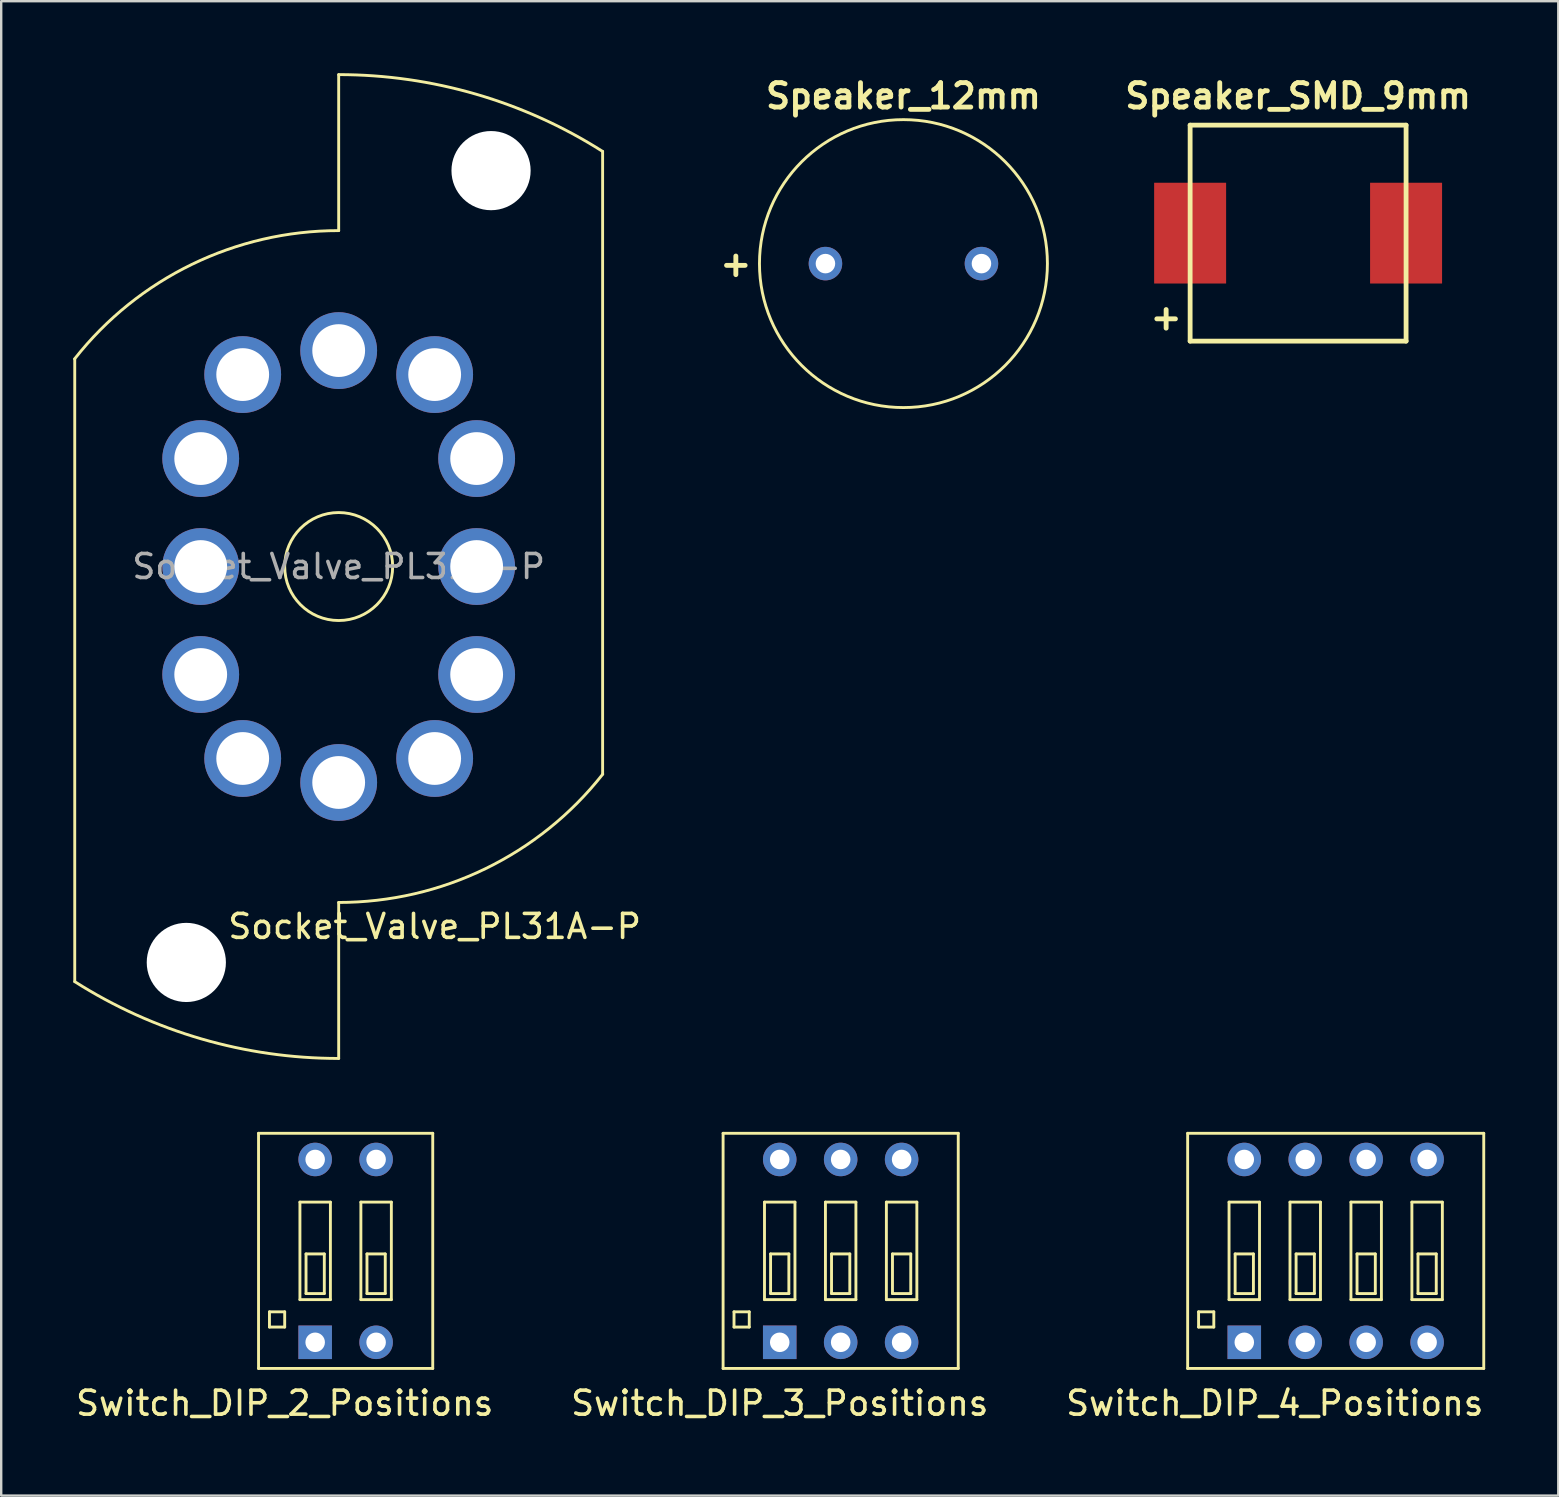
<source format=kicad_pcb>
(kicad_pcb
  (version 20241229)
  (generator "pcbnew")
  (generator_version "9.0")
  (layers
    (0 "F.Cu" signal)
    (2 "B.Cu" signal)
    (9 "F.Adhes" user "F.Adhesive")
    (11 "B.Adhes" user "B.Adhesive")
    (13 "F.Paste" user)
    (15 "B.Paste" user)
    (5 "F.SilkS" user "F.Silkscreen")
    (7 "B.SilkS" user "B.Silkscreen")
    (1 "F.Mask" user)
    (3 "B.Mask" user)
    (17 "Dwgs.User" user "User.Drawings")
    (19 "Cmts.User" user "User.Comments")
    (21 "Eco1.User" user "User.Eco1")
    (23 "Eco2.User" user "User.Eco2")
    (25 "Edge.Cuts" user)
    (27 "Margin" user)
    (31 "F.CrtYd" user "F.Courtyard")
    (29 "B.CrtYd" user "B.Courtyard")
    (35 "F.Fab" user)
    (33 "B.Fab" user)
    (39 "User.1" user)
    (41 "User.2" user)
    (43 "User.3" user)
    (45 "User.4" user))
  (footprint "Speaker_12mm"
    (layer "F.Cu")
    (at 34.602 7.936)
    (property "Reference" "Speaker_12mm" (at 0 -6.985 0) (layer "F.SilkS") (effects (font (size 1.016 1.016) (thickness 0.203))))
    (attr through_hole)
    (fp_circle (center 0 0) (end 6 0) (stroke (width 0.12) (type solid)) (fill no) (layer "F.SilkS"))
    (fp_text user "+" (at -6.985 0 0) (layer "F.SilkS") (effects (font (size 1.016 1.016) (thickness 0.203))))
    (pad "1" thru_hole circle (at 3.251 0) (size 1.397 1.397) (drill 0.813) (layers "*.Cu" "*.Mask"))
    (pad "2" thru_hole circle (at -3.251 0) (size 1.397 1.397) (drill 0.813) (layers "*.Cu" "*.Mask")))
  (footprint "Switch_DIP_3_Positions"
    (layer "F.Cu")
    (at 31.986 49.082)
    (property "Reference" "Switch_DIP_3_Positions" (at -2.54 6.35 0) (layer "F.SilkS") (effects (font (size 1 1) (thickness 0.15))))
    (attr through_hole)
    (fp_line (start -4.9 -4.9) (end 4.9 -4.9) (stroke (width 0.12) (type solid)) (layer "F.SilkS"))
    (fp_line (start -4.9 4.9) (end -4.9 -4.9) (stroke (width 0.12) (type solid)) (layer "F.SilkS"))
    (fp_line (start -4.445 2.54) (end -3.81 2.54) (stroke (width 0.12) (type solid)) (layer "F.SilkS"))
    (fp_line (start -4.445 3.175) (end -4.445 2.54) (stroke (width 0.12) (type solid)) (layer "F.SilkS"))
    (fp_line (start -3.81 2.54) (end -3.81 3.175) (stroke (width 0.12) (type solid)) (layer "F.SilkS"))
    (fp_line (start -3.81 3.175) (end -4.445 3.175) (stroke (width 0.12) (type solid)) (layer "F.SilkS"))
    (fp_line (start -3.175 -2.032) (end -1.905 -2.032) (stroke (width 0.12) (type solid)) (layer "F.SilkS"))
    (fp_line (start -3.175 2.032) (end -3.175 -2.032) (stroke (width 0.12) (type solid)) (layer "F.SilkS"))
    (fp_line (start -2.921 0.127) (end -2.921 1.778) (stroke (width 0.12) (type solid)) (layer "F.SilkS"))
    (fp_line (start -2.921 1.778) (end -2.159 1.778) (stroke (width 0.12) (type solid)) (layer "F.SilkS"))
    (fp_line (start -2.159 0.127) (end -2.921 0.127) (stroke (width 0.12) (type solid)) (layer "F.SilkS"))
    (fp_line (start -2.159 1.778) (end -2.159 0.127) (stroke (width 0.12) (type solid)) (layer "F.SilkS"))
    (fp_line (start -1.905 -2.032) (end -1.905 2.032) (stroke (width 0.12) (type solid)) (layer "F.SilkS"))
    (fp_line (start -1.905 2.032) (end -3.175 2.032) (stroke (width 0.12) (type solid)) (layer "F.SilkS"))
    (fp_line (start -0.635 -2.032) (end 0.635 -2.032) (stroke (width 0.12) (type solid)) (layer "F.SilkS"))
    (fp_line (start -0.635 2.032) (end -0.635 -2.032) (stroke (width 0.12) (type solid)) (layer "F.SilkS"))
    (fp_line (start -0.381 0.127) (end -0.381 1.778) (stroke (width 0.12) (type solid)) (layer "F.SilkS"))
    (fp_line (start -0.381 1.778) (end 0.381 1.778) (stroke (width 0.12) (type solid)) (layer "F.SilkS"))
    (fp_line (start 0.381 0.127) (end -0.381 0.127) (stroke (width 0.12) (type solid)) (layer "F.SilkS"))
    (fp_line (start 0.381 1.778) (end 0.381 0.127) (stroke (width 0.12) (type solid)) (layer "F.SilkS"))
    (fp_line (start 0.635 -2.032) (end 0.635 2.032) (stroke (width 0.12) (type solid)) (layer "F.SilkS"))
    (fp_line (start 0.635 2.032) (end -0.635 2.032) (stroke (width 0.12) (type solid)) (layer "F.SilkS"))
    (fp_line (start 1.905 -2.032) (end 3.175 -2.032) (stroke (width 0.12) (type solid)) (layer "F.SilkS"))
    (fp_line (start 1.905 2.032) (end 1.905 -2.032) (stroke (width 0.12) (type solid)) (layer "F.SilkS"))
    (fp_line (start 2.159 0.127) (end 2.159 1.778) (stroke (width 0.12) (type solid)) (layer "F.SilkS"))
    (fp_line (start 2.159 1.778) (end 2.921 1.778) (stroke (width 0.12) (type solid)) (layer "F.SilkS"))
    (fp_line (start 2.921 0.127) (end 2.159 0.127) (stroke (width 0.12) (type solid)) (layer "F.SilkS"))
    (fp_line (start 2.921 1.778) (end 2.921 0.127) (stroke (width 0.12) (type solid)) (layer "F.SilkS"))
    (fp_line (start 3.175 -2.032) (end 3.175 2.032) (stroke (width 0.12) (type solid)) (layer "F.SilkS"))
    (fp_line (start 3.175 2.032) (end 1.905 2.032) (stroke (width 0.12) (type solid)) (layer "F.SilkS"))
    (fp_line (start 4.9 -4.9) (end 4.9 4.9) (stroke (width 0.12) (type solid)) (layer "F.SilkS"))
    (fp_line (start 4.9 4.9) (end -4.9 4.9) (stroke (width 0.12) (type solid)) (layer "F.SilkS"))
    (pad "1" thru_hole rect (at -2.54 3.81) (size 1.397 1.397) (drill 0.813) (layers "*.Cu" "*.Mask"))
    (pad "2" thru_hole circle (at 0 3.81) (size 1.397 1.397) (drill 0.813) (layers "*.Cu" "*.Mask"))
    (pad "3" thru_hole circle (at 2.54 3.81) (size 1.397 1.397) (drill 0.813) (layers "*.Cu" "*.Mask"))
    (pad "4" thru_hole circle (at 2.54 -3.81) (size 1.397 1.397) (drill 0.813) (layers "*.Cu" "*.Mask"))
    (pad "5" thru_hole circle (at 0 -3.81) (size 1.397 1.397) (drill 0.813) (layers "*.Cu" "*.Mask"))
    (pad "6" thru_hole circle (at -2.54 -3.81) (size 1.397 1.397) (drill 0.813) (layers "*.Cu" "*.Mask")))
  (footprint "Switch_DIP_2_Positions"
    (layer "F.Cu")
    (at 11.355 49.082)
    (property "Reference" "Switch_DIP_2_Positions" (at -2.54 6.35 0) (layer "F.SilkS") (effects (font (size 1 1) (thickness 0.15))))
    (attr through_hole)
    (fp_line (start -3.63 -4.9) (end 3.63 -4.9) (stroke (width 0.12) (type solid)) (layer "F.SilkS"))
    (fp_line (start -3.63 4.9) (end -3.63 -4.9) (stroke (width 0.12) (type solid)) (layer "F.SilkS"))
    (fp_line (start -3.175 2.54) (end -2.54 2.54) (stroke (width 0.12) (type solid)) (layer "F.SilkS"))
    (fp_line (start -3.175 3.175) (end -3.175 2.54) (stroke (width 0.12) (type solid)) (layer "F.SilkS"))
    (fp_line (start -2.54 2.54) (end -2.54 3.175) (stroke (width 0.12) (type solid)) (layer "F.SilkS"))
    (fp_line (start -2.54 3.175) (end -3.175 3.175) (stroke (width 0.12) (type solid)) (layer "F.SilkS"))
    (fp_line (start -1.905 -2.032) (end -0.635 -2.032) (stroke (width 0.12) (type solid)) (layer "F.SilkS"))
    (fp_line (start -1.905 2.032) (end -1.905 -2.032) (stroke (width 0.12) (type solid)) (layer "F.SilkS"))
    (fp_line (start -1.651 0.127) (end -1.651 1.778) (stroke (width 0.12) (type solid)) (layer "F.SilkS"))
    (fp_line (start -1.651 1.778) (end -0.889 1.778) (stroke (width 0.12) (type solid)) (layer "F.SilkS"))
    (fp_line (start -0.889 0.127) (end -1.651 0.127) (stroke (width 0.12) (type solid)) (layer "F.SilkS"))
    (fp_line (start -0.889 1.778) (end -0.889 0.127) (stroke (width 0.12) (type solid)) (layer "F.SilkS"))
    (fp_line (start -0.635 -2.032) (end -0.635 2.032) (stroke (width 0.12) (type solid)) (layer "F.SilkS"))
    (fp_line (start -0.635 2.032) (end -1.905 2.032) (stroke (width 0.12) (type solid)) (layer "F.SilkS"))
    (fp_line (start 0.635 -2.032) (end 1.905 -2.032) (stroke (width 0.12) (type solid)) (layer "F.SilkS"))
    (fp_line (start 0.635 2.032) (end 0.635 -2.032) (stroke (width 0.12) (type solid)) (layer "F.SilkS"))
    (fp_line (start 0.889 0.127) (end 0.889 1.778) (stroke (width 0.12) (type solid)) (layer "F.SilkS"))
    (fp_line (start 0.889 1.778) (end 1.651 1.778) (stroke (width 0.12) (type solid)) (layer "F.SilkS"))
    (fp_line (start 1.651 0.127) (end 0.889 0.127) (stroke (width 0.12) (type solid)) (layer "F.SilkS"))
    (fp_line (start 1.651 1.778) (end 1.651 0.127) (stroke (width 0.12) (type solid)) (layer "F.SilkS"))
    (fp_line (start 1.905 -2.032) (end 1.905 2.032) (stroke (width 0.12) (type solid)) (layer "F.SilkS"))
    (fp_line (start 1.905 2.032) (end 0.635 2.032) (stroke (width 0.12) (type solid)) (layer "F.SilkS"))
    (fp_line (start 3.63 -4.9) (end 3.63 4.9) (stroke (width 0.12) (type solid)) (layer "F.SilkS"))
    (fp_line (start 3.63 4.9) (end -3.63 4.9) (stroke (width 0.12) (type solid)) (layer "F.SilkS"))
    (pad "1" thru_hole rect (at -1.27 3.81) (size 1.397 1.397) (drill 0.813) (layers "*.Cu" "*.Mask"))
    (pad "2" thru_hole circle (at 1.27 3.81) (size 1.397 1.397) (drill 0.813) (layers "*.Cu" "*.Mask"))
    (pad "3" thru_hole circle (at 1.27 -3.81) (size 1.397 1.397) (drill 0.813) (layers "*.Cu" "*.Mask"))
    (pad "4" thru_hole circle (at -1.27 -3.81) (size 1.397 1.397) (drill 0.813) (layers "*.Cu" "*.Mask")))
  (footprint "Speaker_SMD_9mm"
    (layer "F.Cu")
    (at 51.05 6.666)
    (property "Reference" "Speaker_SMD_9mm" (at 0 -5.715 0) (layer "F.SilkS") (effects (font (size 1.016 1.016) (thickness 0.203))))
    (attr through_hole)
    (fp_line (start -4.5 -4.5) (end 4.5 -4.5) (stroke (width 0.2) (type solid)) (layer "F.SilkS"))
    (fp_line (start -4.5 4.5) (end -4.5 -4.5) (stroke (width 0.2) (type solid)) (layer "F.SilkS"))
    (fp_line (start 4.5 -4.5) (end 4.5 4.5) (stroke (width 0.2) (type solid)) (layer "F.SilkS"))
    (fp_line (start 4.5 4.5) (end -4.5 4.5) (stroke (width 0.2) (type solid)) (layer "F.SilkS"))
    (fp_text user "+" (at -5.5 3.5 0) (layer "F.SilkS") (effects (font (size 1.016 1.016) (thickness 0.203))))
    (pad "1" smd rect (at 4.5 0) (size 3 4.2) (layers "F.Cu" "F.Mask" "F.Paste"))
    (pad "2" smd rect (at -4.5 0) (size 3 4.2) (layers "F.Cu" "F.Mask" "F.Paste")))
  (footprint "Switch_DIP_4_Positions"
    (layer "F.Cu")
    (at 52.617 49.082)
    (property "Reference" "Switch_DIP_4_Positions" (at -2.54 6.35 0) (layer "F.SilkS") (effects (font (size 1 1) (thickness 0.15))))
    (attr through_hole)
    (fp_line (start -6.17 -4.9) (end 6.17 -4.9) (stroke (width 0.12) (type solid)) (layer "F.SilkS"))
    (fp_line (start -6.17 4.9) (end -6.17 -4.9) (stroke (width 0.12) (type solid)) (layer "F.SilkS"))
    (fp_line (start -5.715 2.54) (end -5.08 2.54) (stroke (width 0.12) (type solid)) (layer "F.SilkS"))
    (fp_line (start -5.715 3.175) (end -5.715 2.54) (stroke (width 0.12) (type solid)) (layer "F.SilkS"))
    (fp_line (start -5.08 2.54) (end -5.08 3.175) (stroke (width 0.12) (type solid)) (layer "F.SilkS"))
    (fp_line (start -5.08 3.175) (end -5.715 3.175) (stroke (width 0.12) (type solid)) (layer "F.SilkS"))
    (fp_line (start -4.445 -2.032) (end -3.175 -2.032) (stroke (width 0.12) (type solid)) (layer "F.SilkS"))
    (fp_line (start -4.445 2.032) (end -4.445 -2.032) (stroke (width 0.12) (type solid)) (layer "F.SilkS"))
    (fp_line (start -4.191 0.127) (end -4.191 1.778) (stroke (width 0.12) (type solid)) (layer "F.SilkS"))
    (fp_line (start -4.191 1.778) (end -3.429 1.778) (stroke (width 0.12) (type solid)) (layer "F.SilkS"))
    (fp_line (start -3.429 0.127) (end -4.191 0.127) (stroke (width 0.12) (type solid)) (layer "F.SilkS"))
    (fp_line (start -3.429 1.778) (end -3.429 0.127) (stroke (width 0.12) (type solid)) (layer "F.SilkS"))
    (fp_line (start -3.175 -2.032) (end -3.175 2.032) (stroke (width 0.12) (type solid)) (layer "F.SilkS"))
    (fp_line (start -3.175 2.032) (end -4.445 2.032) (stroke (width 0.12) (type solid)) (layer "F.SilkS"))
    (fp_line (start -1.905 -2.032) (end -0.635 -2.032) (stroke (width 0.12) (type solid)) (layer "F.SilkS"))
    (fp_line (start -1.905 2.032) (end -1.905 -2.032) (stroke (width 0.12) (type solid)) (layer "F.SilkS"))
    (fp_line (start -1.651 0.127) (end -1.651 1.778) (stroke (width 0.12) (type solid)) (layer "F.SilkS"))
    (fp_line (start -1.651 1.778) (end -0.889 1.778) (stroke (width 0.12) (type solid)) (layer "F.SilkS"))
    (fp_line (start -0.889 0.127) (end -1.651 0.127) (stroke (width 0.12) (type solid)) (layer "F.SilkS"))
    (fp_line (start -0.889 1.778) (end -0.889 0.127) (stroke (width 0.12) (type solid)) (layer "F.SilkS"))
    (fp_line (start -0.635 -2.032) (end -0.635 2.032) (stroke (width 0.12) (type solid)) (layer "F.SilkS"))
    (fp_line (start -0.635 2.032) (end -1.905 2.032) (stroke (width 0.12) (type solid)) (layer "F.SilkS"))
    (fp_line (start 0.635 -2.032) (end 1.905 -2.032) (stroke (width 0.12) (type solid)) (layer "F.SilkS"))
    (fp_line (start 0.635 2.032) (end 0.635 -2.032) (stroke (width 0.12) (type solid)) (layer "F.SilkS"))
    (fp_line (start 0.889 0.127) (end 0.889 1.778) (stroke (width 0.12) (type solid)) (layer "F.SilkS"))
    (fp_line (start 0.889 1.778) (end 1.651 1.778) (stroke (width 0.12) (type solid)) (layer "F.SilkS"))
    (fp_line (start 1.651 0.127) (end 0.889 0.127) (stroke (width 0.12) (type solid)) (layer "F.SilkS"))
    (fp_line (start 1.651 1.778) (end 1.651 0.127) (stroke (width 0.12) (type solid)) (layer "F.SilkS"))
    (fp_line (start 1.905 -2.032) (end 1.905 2.032) (stroke (width 0.12) (type solid)) (layer "F.SilkS"))
    (fp_line (start 1.905 2.032) (end 0.635 2.032) (stroke (width 0.12) (type solid)) (layer "F.SilkS"))
    (fp_line (start 3.175 -2.032) (end 4.445 -2.032) (stroke (width 0.12) (type solid)) (layer "F.SilkS"))
    (fp_line (start 3.175 2.032) (end 3.175 -2.032) (stroke (width 0.12) (type solid)) (layer "F.SilkS"))
    (fp_line (start 3.429 0.127) (end 3.429 1.778) (stroke (width 0.12) (type solid)) (layer "F.SilkS"))
    (fp_line (start 3.429 1.778) (end 4.191 1.778) (stroke (width 0.12) (type solid)) (layer "F.SilkS"))
    (fp_line (start 4.191 0.127) (end 3.429 0.127) (stroke (width 0.12) (type solid)) (layer "F.SilkS"))
    (fp_line (start 4.191 1.778) (end 4.191 0.127) (stroke (width 0.12) (type solid)) (layer "F.SilkS"))
    (fp_line (start 4.445 -2.032) (end 4.445 2.032) (stroke (width 0.12) (type solid)) (layer "F.SilkS"))
    (fp_line (start 4.445 2.032) (end 3.175 2.032) (stroke (width 0.12) (type solid)) (layer "F.SilkS"))
    (fp_line (start 6.17 -4.9) (end 6.17 4.9) (stroke (width 0.12) (type solid)) (layer "F.SilkS"))
    (fp_line (start 6.17 4.9) (end -6.17 4.9) (stroke (width 0.12) (type solid)) (layer "F.SilkS"))
    (pad "1" thru_hole rect (at -3.81 3.81) (size 1.397 1.397) (drill 0.813) (layers "*.Cu" "*.Mask"))
    (pad "2" thru_hole circle (at -1.27 3.81) (size 1.397 1.397) (drill 0.813) (layers "*.Cu" "*.Mask"))
    (pad "3" thru_hole circle (at 1.27 3.81) (size 1.397 1.397) (drill 0.813) (layers "*.Cu" "*.Mask"))
    (pad "4" thru_hole circle (at 3.81 3.81) (size 1.397 1.397) (drill 0.813) (layers "*.Cu" "*.Mask"))
    (pad "5" thru_hole circle (at 3.81 -3.81) (size 1.397 1.397) (drill 0.813) (layers "*.Cu" "*.Mask"))
    (pad "6" thru_hole circle (at 1.27 -3.81) (size 1.397 1.397) (drill 0.813) (layers "*.Cu" "*.Mask"))
    (pad "7" thru_hole circle (at -1.27 -3.81) (size 1.397 1.397) (drill 0.813) (layers "*.Cu" "*.Mask"))
    (pad "8" thru_hole circle (at -3.81 -3.81) (size 1.397 1.397) (drill 0.813) (layers "*.Cu" "*.Mask")))
  (footprint "Socket_Valve_PL31A-P"
    (layer "F.Cu")
    (at 11.065 20.561)
    (property "Reference" "Socket_Valve_PL31A-P" (at 4 15 180) (layer "F.SilkS") (effects (font (size 1 1) (thickness 0.15))))
    (attr through_hole)
    (fp_line (start -11 -8.65) (end -11 17.3) (stroke (width 0.12) (type solid)) (layer "F.SilkS"))
    (fp_line (start 0 -20.5) (end 0 -14) (stroke (width 0.12) (type solid)) (layer "F.SilkS"))
    (fp_line (start 0 14) (end 0 20.5) (stroke (width 0.12) (type solid)) (layer "F.SilkS"))
    (fp_line (start 11 8.65) (end 11 -17.3) (stroke (width 0.12) (type solid)) (layer "F.SilkS"))
    (fp_arc (start -11.004984 -8.653919) (mid -6.117398 -12.592753) (end 0 -14) (stroke (width 0.12) (type solid)) (layer "F.SilkS"))
    (fp_arc (start 0 -20.500974) (mid 5.728137 -19.684471) (end 10.999999 -17.299999) (stroke (width 0.12) (type solid)) (layer "F.SilkS"))
    (fp_arc (start 0 20.500974) (mid -5.728137 19.684471) (end -10.999999 17.299999) (stroke (width 0.12) (type solid)) (layer "F.SilkS"))
    (fp_arc (start 11.004984 8.653919) (mid 6.117398 12.592753) (end 0 14) (stroke (width 0.12) (type solid)) (layer "F.SilkS"))
    (fp_circle (center 0 0) (end 0 -2.25) (stroke (width 0.12) (type solid)) (fill no) (layer "F.SilkS"))
    (fp_text user "${REFERENCE}" (at 0 0 180) (layer "F.Fab") (effects (font (size 1 1) (thickness 0.15))))
    (pad "" np_thru_hole circle (at -6.35 16.5 180) (size 3.3 3.3) (drill 3.3) (layers "*.Cu" "*.Mask"))
    (pad "" np_thru_hole circle (at 6.35 -16.5 180) (size 3.3 3.3) (drill 3.3) (layers "*.Cu" "*.Mask"))
    (pad "1" thru_hole circle (at 4 8 180) (size 3.2 3.2) (drill 2.2) (layers "*.Cu" "*.Mask"))
    (pad "2" thru_hole circle (at 5.75 4.5 180) (size 3.2 3.2) (drill 2.2) (layers "*.Cu" "*.Mask"))
    (pad "3" thru_hole circle (at 5.75 0 180) (size 3.2 3.2) (drill 2.2) (layers "*.Cu" "*.Mask"))
    (pad "4" thru_hole circle (at 5.75 -4.5 180) (size 3.2 3.2) (drill 2.2) (layers "*.Cu" "*.Mask"))
    (pad "5" thru_hole circle (at 4 -8 180) (size 3.2 3.2) (drill 2.2) (layers "*.Cu" "*.Mask"))
    (pad "6" thru_hole circle (at 0 -9 180) (size 3.2 3.2) (drill 2.2) (layers "*.Cu" "*.Mask"))
    (pad "7" thru_hole circle (at -4 -8 180) (size 3.2 3.2) (drill 2.2) (layers "*.Cu" "*.Mask"))
    (pad "8" thru_hole circle (at -5.75 -4.5 180) (size 3.2 3.2) (drill 2.2) (layers "*.Cu" "*.Mask"))
    (pad "9" thru_hole circle (at -5.75 0 180) (size 3.2 3.2) (drill 2.2) (layers "*.Cu" "*.Mask"))
    (pad "10" thru_hole circle (at -5.75 4.5 180) (size 3.2 3.2) (drill 2.2) (layers "*.Cu" "*.Mask"))
    (pad "11" thru_hole circle (at -4 8 180) (size 3.2 3.2) (drill 2.2) (layers "*.Cu" "*.Mask"))
    (pad "12" thru_hole circle (at 0 9 180) (size 3.2 3.2) (drill 2.2) (layers "*.Cu" "*.Mask")))
  (gr_rect
    (start -3 -3)
    (end 61.893 59.28)
    (stroke (width 0.1) (type default))
    (fill no)
    (layer "Edge.Cuts")))
</source>
